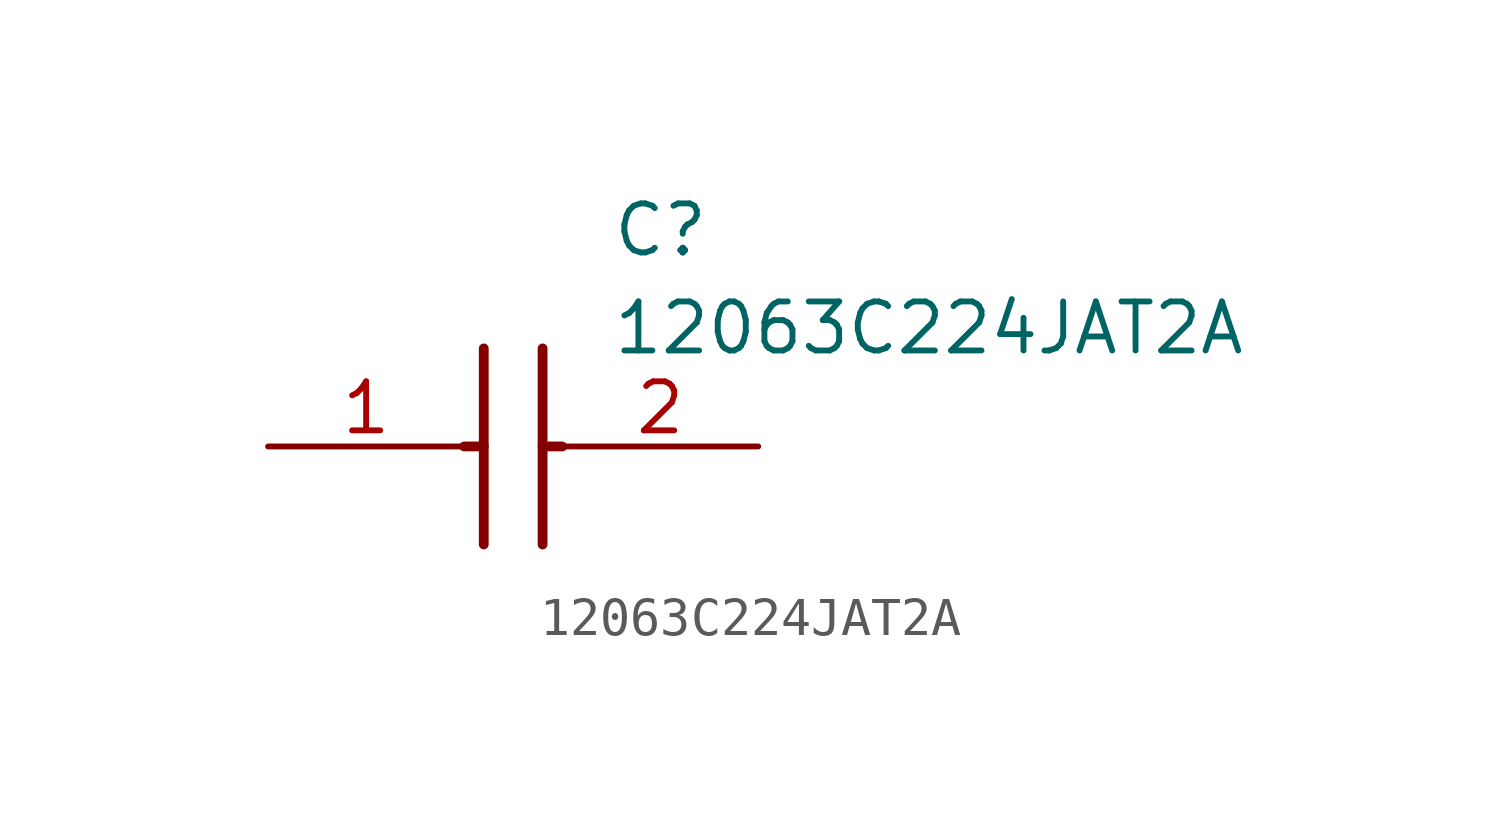
<source format=kicad_sym>
(kicad_symbol_lib
  (version 20211014)
  (generator SamacSys_ECAD_Model)
  (symbol "12063C224JAT2A"
    (pin_names hide)
    (property "Reference" "C"
      (at 8.89 6.35 0)
      (effects (font (size 1.27 1.27)) (justify left top)))
    (property "Value" "12063C224JAT2A"
      (at 8.89 3.81 0)
      (effects (font (size 1.27 1.27)) (justify left top)))
    (polyline
      (pts (xy 5.588 2.54) (xy 5.588 -2.54))
      (stroke (width 0.254) (type default))
      (fill (type none)))
    (polyline
      (pts (xy 7.112 2.54) (xy 7.112 -2.54))
      (stroke (width 0.254) (type default))
      (fill (type none)))
    (polyline
      (pts (xy 5.08 0) (xy 5.588 0))
      (stroke (width 0.254) (type default))
      (fill (type none)))
    (polyline
      (pts (xy 7.112 0) (xy 7.62 0))
      (stroke (width 0.254) (type default))
      (fill (type none)))
    (pin passive line
      (at 0 0 0)
      (length 5.08)
      (name "C1" (effects (font (size 1.27 1.27))))
      (number "1" (effects (font (size 1.27 1.27)))))
    (pin passive line
      (at 12.7 0 180)
      (length 5.08)
      (name "C2" (effects (font (size 1.27 1.27))))
      (number "2" (effects (font (size 1.27 1.27)))))))
</source>
